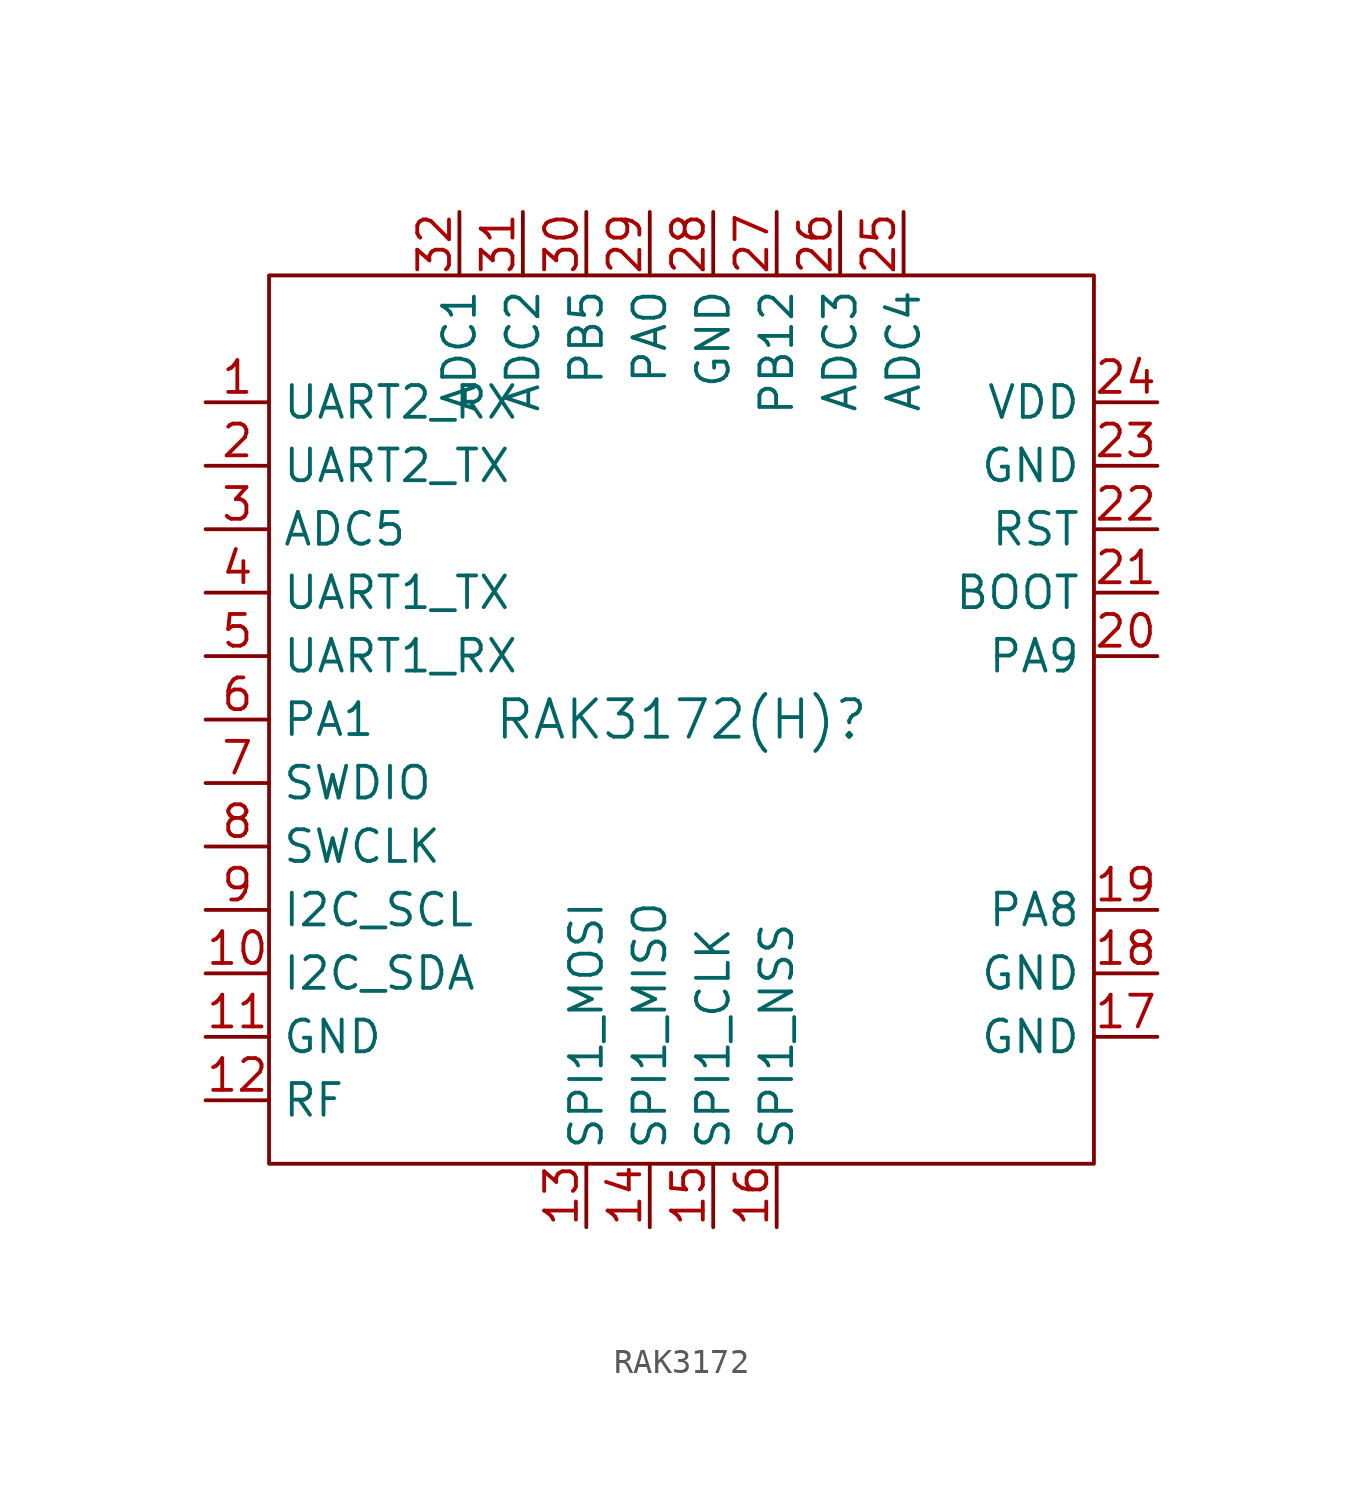
<source format=kicad_sym>
(kicad_symbol_lib
  (version 20220914)
  (generator kicad_symbol_editor)
  (symbol "RAK3172"
    (property "Reference" "RAK3172(H)"
      (at 0 0 0)
      (effects (font (size 1.5 1.5))))
    (property "Value" ""
      (at 0 2.54 0)
      (effects (font (size 1.27 1.27))))
    (symbol "RAK3172_0_1"
      (rectangle (start -16.51 17.78) (end 16.51 -17.78) (stroke (width 0) (type default)) (fill (type none))))
    (symbol "RAK3172_1_1"
      (pin input line (at -19.05 12.7 0) (length 2.54) (name "UART2_RX" (effects (font (size 1.27 1.27)))) (number "1" (effects (font (size 1.27 1.27)))))
      (pin unspecified line (at -19.05 -10.16 0) (length 2.54) (name "I2C_SDA" (effects (font (size 1.27 1.27)))) (number "10" (effects (font (size 1.27 1.27)))))
      (pin unspecified line (at -19.05 -12.7 0) (length 2.54) (name "GND" (effects (font (size 1.27 1.27)))) (number "11" (effects (font (size 1.27 1.27)))))
      (pin unspecified line (at -19.05 -15.24 0) (length 2.54) (name "RF" (effects (font (size 1.27 1.27)))) (number "12" (effects (font (size 1.27 1.27)))))
      (pin unspecified line (at -3.81 -20.32 90) (length 2.54) (name "SPI1_MOSI" (effects (font (size 1.27 1.27)))) (number "13" (effects (font (size 1.27 1.27)))))
      (pin unspecified line (at -1.27 -20.32 90) (length 2.54) (name "SPI1_MISO" (effects (font (size 1.27 1.27)))) (number "14" (effects (font (size 1.27 1.27)))))
      (pin unspecified line (at 1.27 -20.32 90) (length 2.54) (name "SPI1_CLK" (effects (font (size 1.27 1.27)))) (number "15" (effects (font (size 1.27 1.27)))))
      (pin unspecified line (at 3.81 -20.32 90) (length 2.54) (name "SPI1_NSS" (effects (font (size 1.27 1.27)))) (number "16" (effects (font (size 1.27 1.27)))))
      (pin unspecified line (at 19.05 -12.7 180) (length 2.54) (name "GND" (effects (font (size 1.27 1.27)))) (number "17" (effects (font (size 1.27 1.27)))))
      (pin unspecified line (at 19.05 -10.16 180) (length 2.54) (name "GND" (effects (font (size 1.27 1.27)))) (number "18" (effects (font (size 1.27 1.27)))))
      (pin unspecified line (at 19.05 -7.62 180) (length 2.54) (name "PA8" (effects (font (size 1.27 1.27)))) (number "19" (effects (font (size 1.27 1.27)))))
      (pin output line (at -19.05 10.16 0) (length 2.54) (name "UART2_TX" (effects (font (size 1.27 1.27)))) (number "2" (effects (font (size 1.27 1.27)))))
      (pin unspecified line (at 19.05 2.54 180) (length 2.54) (name "PA9" (effects (font (size 1.27 1.27)))) (number "20" (effects (font (size 1.27 1.27)))))
      (pin unspecified line (at 19.05 5.08 180) (length 2.54) (name "BOOT" (effects (font (size 1.27 1.27)))) (number "21" (effects (font (size 1.27 1.27)))))
      (pin unspecified line (at 19.05 7.62 180) (length 2.54) (name "RST" (effects (font (size 1.27 1.27)))) (number "22" (effects (font (size 1.27 1.27)))))
      (pin unspecified line (at 19.05 10.16 180) (length 2.54) (name "GND" (effects (font (size 1.27 1.27)))) (number "23" (effects (font (size 1.27 1.27)))))
      (pin input line (at 19.05 12.7 180) (length 2.54) (name "VDD" (effects (font (size 1.27 1.27)))) (number "24" (effects (font (size 1.27 1.27)))))
      (pin unspecified line (at 8.89 20.32 270) (length 2.54) (name "ADC4" (effects (font (size 1.27 1.27)))) (number "25" (effects (font (size 1.27 1.27)))))
      (pin unspecified line (at 6.35 20.32 270) (length 2.54) (name "ADC3" (effects (font (size 1.27 1.27)))) (number "26" (effects (font (size 1.27 1.27)))))
      (pin unspecified line (at 3.81 20.32 270) (length 2.54) (name "PB12" (effects (font (size 1.27 1.27)))) (number "27" (effects (font (size 1.27 1.27)))))
      (pin unspecified line (at 1.27 20.32 270) (length 2.54) (name "GND" (effects (font (size 1.27 1.27)))) (number "28" (effects (font (size 1.27 1.27)))))
      (pin unspecified line (at -1.27 20.32 270) (length 2.54) (name "PAO" (effects (font (size 1.27 1.27)))) (number "29" (effects (font (size 1.27 1.27)))))
      (pin unspecified line (at -19.05 7.62 0) (length 2.54) (name "ADC5" (effects (font (size 1.27 1.27)))) (number "3" (effects (font (size 1.27 1.27)))))
      (pin unspecified line (at -3.81 20.32 270) (length 2.54) (name "PB5" (effects (font (size 1.27 1.27)))) (number "30" (effects (font (size 1.27 1.27)))))
      (pin unspecified line (at -6.35 20.32 270) (length 2.54) (name "ADC2" (effects (font (size 1.27 1.27)))) (number "31" (effects (font (size 1.27 1.27)))))
      (pin unspecified line (at -8.89 20.32 270) (length 2.54) (name "ADC1" (effects (font (size 1.27 1.27)))) (number "32" (effects (font (size 1.27 1.27)))))
      (pin input line (at -19.05 5.08 0) (length 2.54) (name "UART1_TX" (effects (font (size 1.27 1.27)))) (number "4" (effects (font (size 1.27 1.27)))))
      (pin output line (at -19.05 2.54 0) (length 2.54) (name "UART1_RX" (effects (font (size 1.27 1.27)))) (number "5" (effects (font (size 1.27 1.27)))))
      (pin unspecified line (at -19.05 0 0) (length 2.54) (name "PA1" (effects (font (size 1.27 1.27)))) (number "6" (effects (font (size 1.27 1.27)))))
      (pin unspecified line (at -19.05 -2.54 0) (length 2.54) (name "SWDIO" (effects (font (size 1.27 1.27)))) (number "7" (effects (font (size 1.27 1.27)))))
      (pin unspecified line (at -19.05 -5.08 0) (length 2.54) (name "SWCLK" (effects (font (size 1.27 1.27)))) (number "8" (effects (font (size 1.27 1.27)))))
      (pin unspecified line (at -19.05 -7.62 0) (length 2.54) (name "I2C_SCL" (effects (font (size 1.27 1.27)))) (number "9" (effects (font (size 1.27 1.27))))))))
</source>
